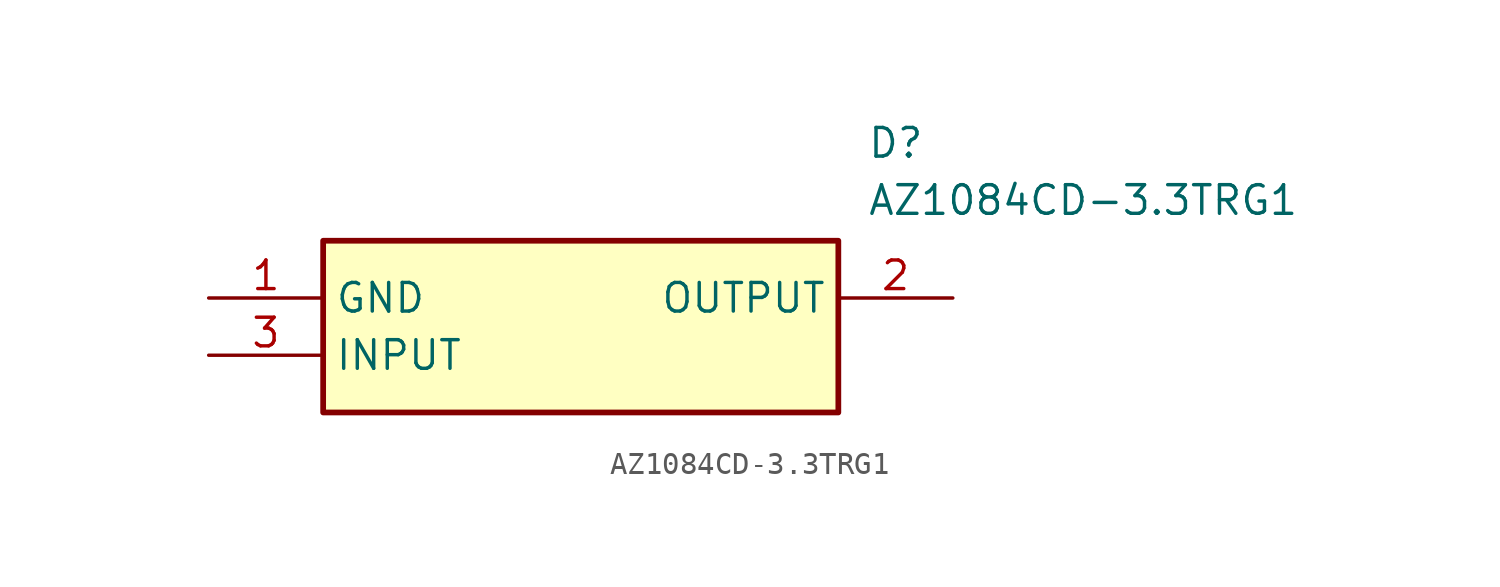
<source format=kicad_sym>
(kicad_symbol_lib
  (version 20211014)
  (generator SamacSys_ECAD_Model)
  (symbol "AZ1084CD-3.3TRG1"
    (property "Reference" "D"
      (at 29.21 7.62 0)
      (effects (font (size 1.27 1.27)) (justify left top)))
    (property "Value" "AZ1084CD-3.3TRG1"
      (at 29.21 5.08 0)
      (effects (font (size 1.27 1.27)) (justify left top)))
    (rectangle
      (start 5.08 2.54)
      (end 27.94 -5.08)
      (stroke (width 0.254) (type default))
      (fill (type background)))
    (pin passive line
      (at 0 0 0)
      (length 5.08)
      (name "GND" (effects (font (size 1.27 1.27))))
      (number "1" (effects (font (size 1.27 1.27)))))
    (pin passive line
      (at 33.02 0 180)
      (length 5.08)
      (name "OUTPUT" (effects (font (size 1.27 1.27))))
      (number "2" (effects (font (size 1.27 1.27)))))
    (pin passive line
      (at 0 -2.54 0)
      (length 5.08)
      (name "INPUT" (effects (font (size 1.27 1.27))))
      (number "3" (effects (font (size 1.27 1.27)))))))
</source>
